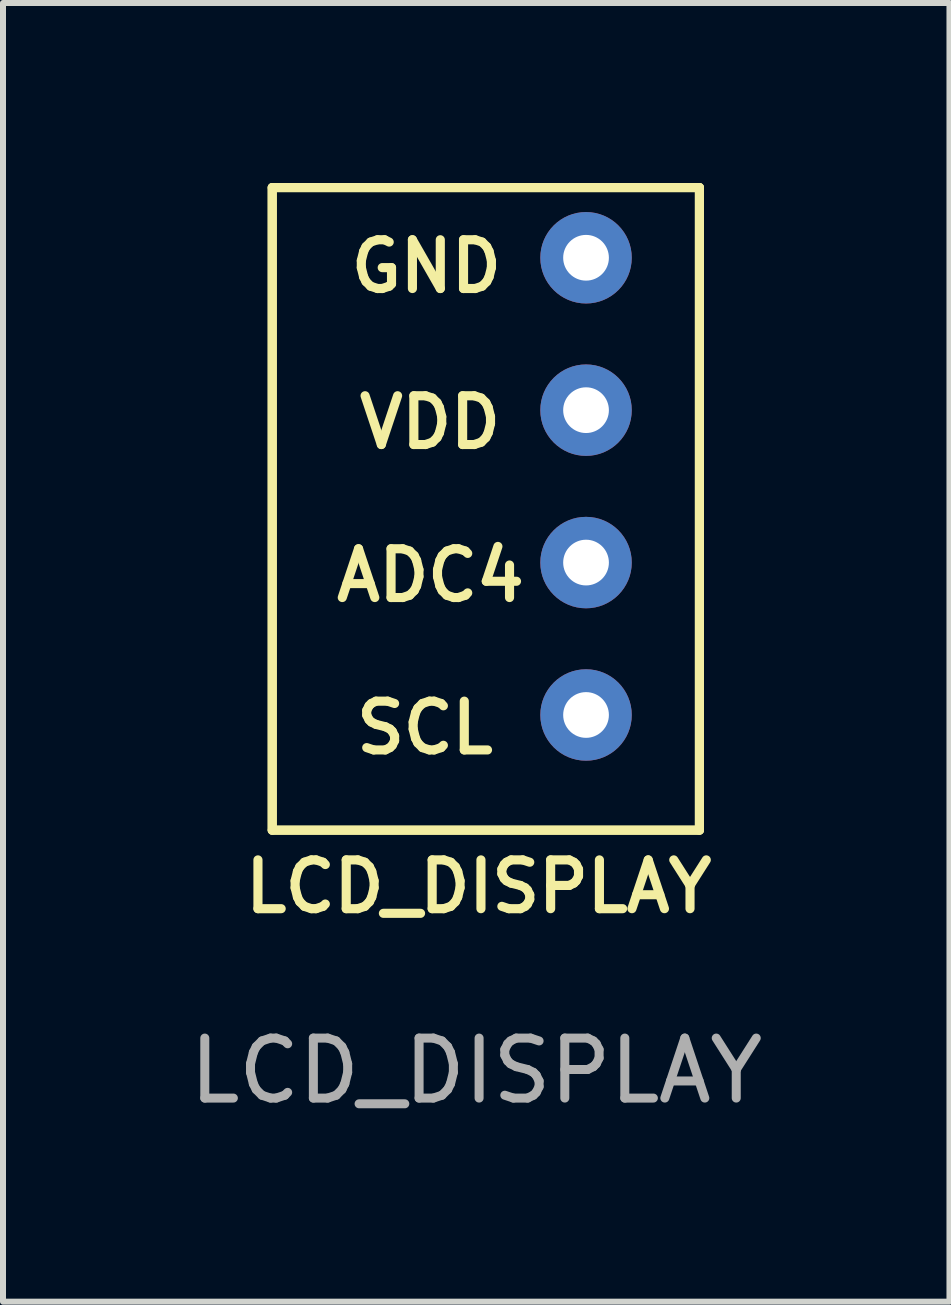
<source format=kicad_pcb>
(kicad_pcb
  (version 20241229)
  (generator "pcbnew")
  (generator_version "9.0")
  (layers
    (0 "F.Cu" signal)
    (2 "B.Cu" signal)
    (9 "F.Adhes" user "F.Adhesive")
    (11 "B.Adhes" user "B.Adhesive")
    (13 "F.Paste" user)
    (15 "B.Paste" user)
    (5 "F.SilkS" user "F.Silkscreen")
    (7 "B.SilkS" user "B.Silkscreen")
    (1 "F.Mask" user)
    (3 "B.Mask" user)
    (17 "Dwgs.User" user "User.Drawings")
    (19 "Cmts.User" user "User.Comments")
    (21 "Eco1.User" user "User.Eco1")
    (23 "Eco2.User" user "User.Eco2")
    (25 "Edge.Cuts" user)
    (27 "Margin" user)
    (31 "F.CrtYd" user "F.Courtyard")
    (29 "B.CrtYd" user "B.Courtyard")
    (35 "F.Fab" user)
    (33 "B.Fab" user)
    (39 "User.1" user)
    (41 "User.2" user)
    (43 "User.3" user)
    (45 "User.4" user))
  (footprint "LCD_DISPLAY"
    (layer "F.Cu")
    (at 4.177 13.946)
    (property "Reference" "LCD_DISPLAY" (at 0.75 -2.22 0) (unlocked yes) (layer "F.SilkS") (effects (font (size 0.813 0.813) (thickness 0.152))))
    (attr through_hole)
    (fp_line (start -2.69 -13.87) (end 4.43 -13.87) (stroke (width 0.152) (type default)) (layer "F.SilkS"))
    (fp_line (start -2.69 -3.16) (end -2.69 -13.87) (stroke (width 0.152) (type default)) (layer "F.SilkS"))
    (fp_line (start 4.43 -13.87) (end 4.43 -3.16) (stroke (width 0.152) (type default)) (layer "F.SilkS"))
    (fp_line (start 4.43 -3.16) (end -2.69 -3.16) (stroke (width 0.152) (type default)) (layer "F.SilkS"))
    (fp_rect (start -2.69 -13.87) (end 4.43 -3.16) (stroke (width 0.152) (type default)) (fill no) (layer "F.SilkS"))
    (fp_text user "ADC4" (at -1.7 -6.93 0) (unlocked yes) (layer "F.SilkS") (effects (font (size 0.813 0.813) (thickness 0.152) (bold yes)) (justify left bottom)))
    (fp_text user "VDD" (at -1.32 -9.48 0) (unlocked yes) (layer "F.SilkS") (effects (font (size 0.813 0.813) (thickness 0.152) (bold yes)) (justify left bottom)))
    (fp_text user "GND" (at -1.46 -12.08 0) (unlocked yes) (layer "F.SilkS") (effects (font (size 0.813 0.813) (thickness 0.152) (bold yes)) (justify left bottom)))
    (fp_text user "SCL" (at -1.37 -4.39 0) (unlocked yes) (layer "F.SilkS") (effects (font (size 0.813 0.813) (thickness 0.152) (bold yes)) (justify left bottom)))
    (fp_text user "${REFERENCE}" (at 0.71 0.85 0) (unlocked yes) (layer "F.Fab") (effects (font (size 1 1) (thickness 0.15))))
    (pad "1" thru_hole circle (at 2.54 -12.7) (size 1.524 1.524) (drill 0.762) (layers "*.Cu" "*.Mask"))
    (pad "2" thru_hole circle (at 2.54 -10.16) (size 1.524 1.524) (drill 0.762) (layers "*.Cu" "*.Mask"))
    (pad "3" thru_hole circle (at 2.54 -7.62) (size 1.524 1.524) (drill 0.762) (layers "*.Cu" "*.Mask"))
    (pad "4" thru_hole circle (at 2.54 -5.08) (size 1.524 1.524) (drill 0.762) (layers "*.Cu" "*.Mask"))
    (zone (net_name "") (layer "F.SilkS") (hatch edge 0.5) (connect_pads) (min_thickness 0.25) (filled_areas_thickness no) (keepout (tracks allowed) (vias allowed) (pads not_allowed) (copperpour allowed) (footprints allowed)) (placement (enabled no)) (fill) (polygon (pts (xy 1.487 0.076) (xy 8.607 0.076) (xy 8.607 10.786) (xy 1.487 10.786)))))
  (gr_rect
    (start -3 -3)
    (end 12.774 18.644)
    (stroke (width 0.1) (type default))
    (fill no)
    (layer "Edge.Cuts")))
</source>
